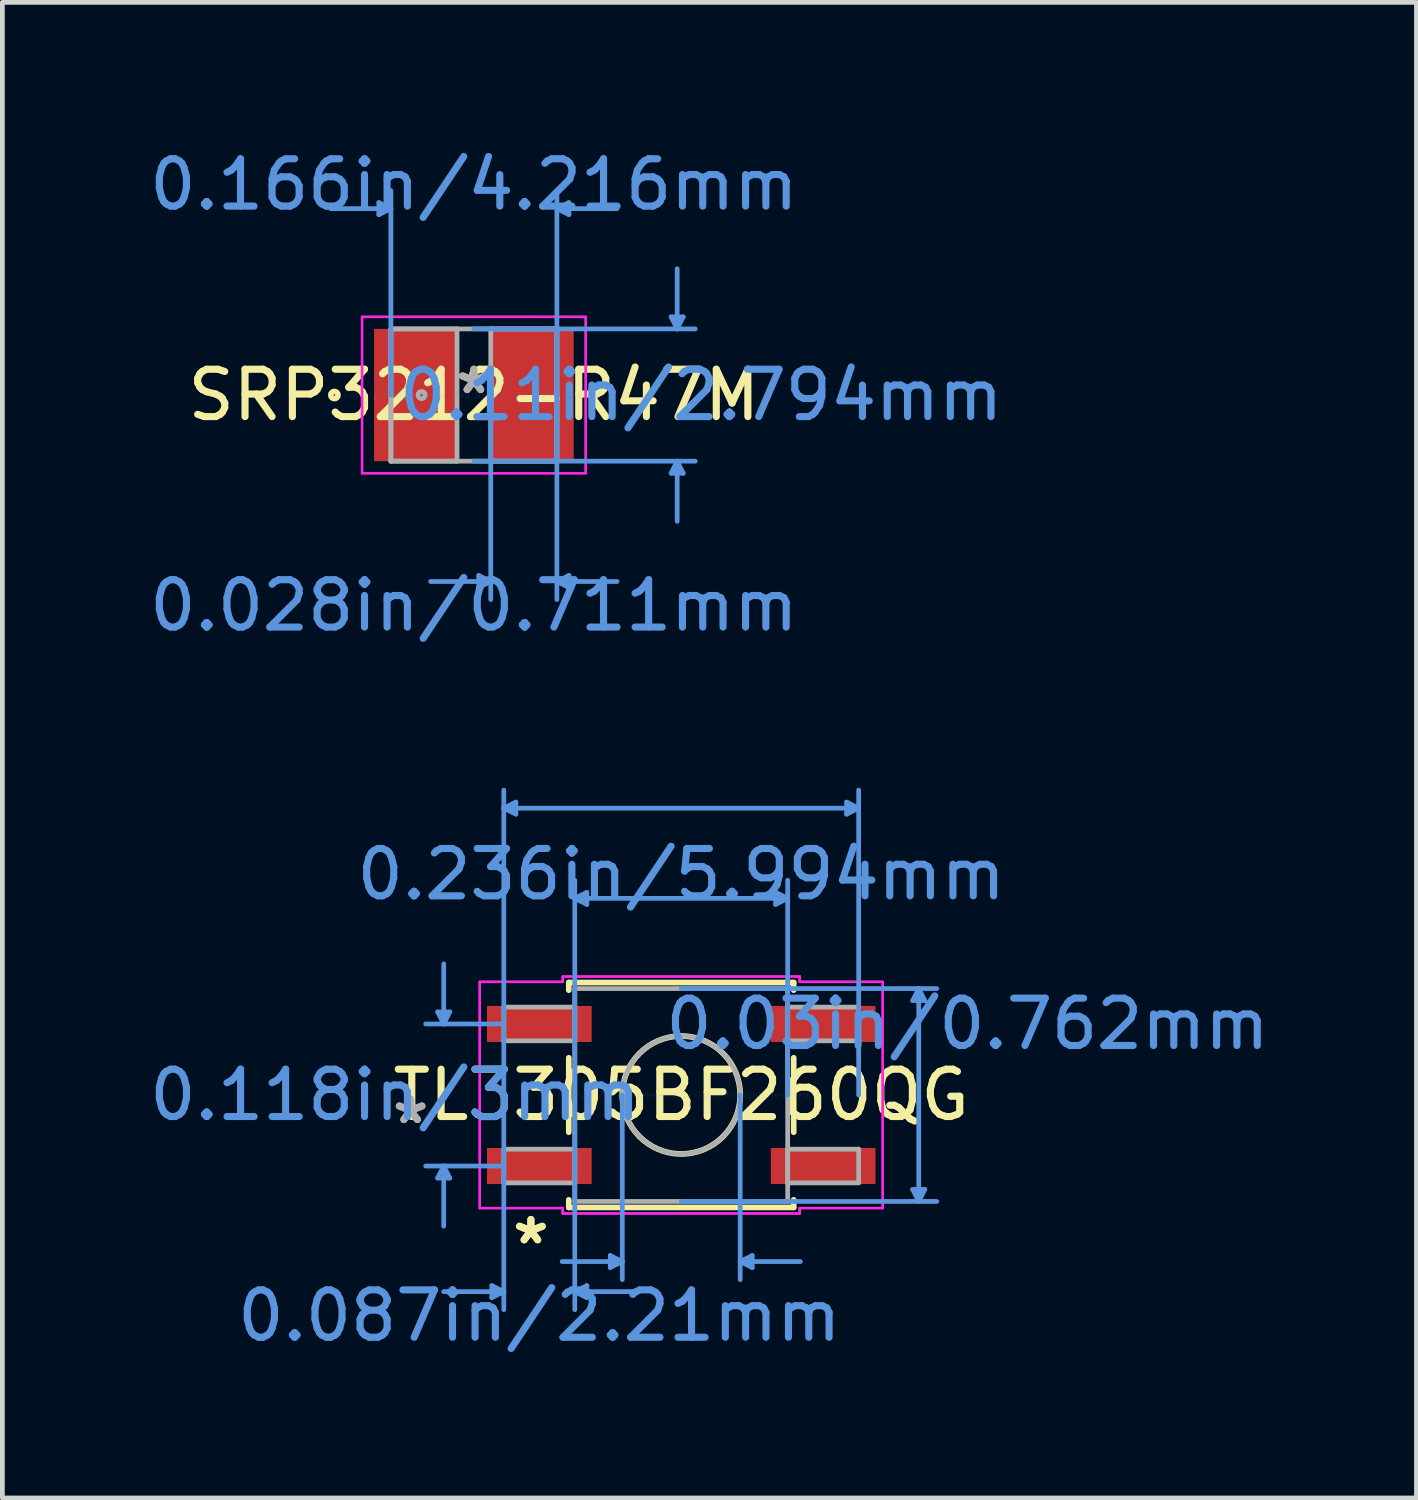
<source format=kicad_pcb>
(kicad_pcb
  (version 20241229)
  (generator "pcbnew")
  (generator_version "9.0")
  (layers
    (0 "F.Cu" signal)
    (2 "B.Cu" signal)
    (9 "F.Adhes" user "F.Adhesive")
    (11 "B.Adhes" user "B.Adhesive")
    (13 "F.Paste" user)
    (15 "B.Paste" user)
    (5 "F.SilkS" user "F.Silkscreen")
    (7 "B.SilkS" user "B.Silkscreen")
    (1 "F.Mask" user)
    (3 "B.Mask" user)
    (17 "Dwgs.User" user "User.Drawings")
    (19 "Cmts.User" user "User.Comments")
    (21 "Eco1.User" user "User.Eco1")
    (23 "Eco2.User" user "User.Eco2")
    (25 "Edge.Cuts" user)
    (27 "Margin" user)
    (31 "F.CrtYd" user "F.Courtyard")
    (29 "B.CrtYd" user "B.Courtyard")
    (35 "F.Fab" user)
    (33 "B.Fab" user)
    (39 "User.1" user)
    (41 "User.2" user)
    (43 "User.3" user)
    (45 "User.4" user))
  (footprint "TL3305BF260QG"
    (layer "F.Cu")
    (at 11.337 20.075)
    (property "Reference" "TL3305BF260QG" (at 0 0 0) (layer "F.SilkS") (effects (font (size 1 1) (thickness 0.15))))
    (attr through_hole)
    (fp_line (start -2.375 -2.375) (end -2.375 -2.214) (stroke (width 0.12) (type solid)) (layer "F.SilkS"))
    (fp_line (start -2.375 -0.786) (end -2.375 0.786) (stroke (width 0.12) (type solid)) (layer "F.SilkS"))
    (fp_line (start -2.375 2.214) (end -2.375 2.375) (stroke (width 0.12) (type solid)) (layer "F.SilkS"))
    (fp_line (start -2.375 2.375) (end 2.375 2.375) (stroke (width 0.12) (type solid)) (layer "F.SilkS"))
    (fp_line (start 2.375 -2.375) (end -2.375 -2.375) (stroke (width 0.12) (type solid)) (layer "F.SilkS"))
    (fp_line (start 2.375 -2.214) (end 2.375 -2.375) (stroke (width 0.12) (type solid)) (layer "F.SilkS"))
    (fp_line (start 2.375 0.786) (end 2.375 -0.786) (stroke (width 0.12) (type solid)) (layer "F.SilkS"))
    (fp_line (start 2.375 2.375) (end 2.375 2.214) (stroke (width 0.12) (type solid)) (layer "F.SilkS"))
    (fp_circle (center 0 0) (end 1.245 0) (stroke (width 0.12) (type solid)) (fill no) (layer "F.SilkS"))
    (fp_line (start -5.144 -1.754) (end -4.889 -1.754) (stroke (width 0.1) (type solid)) (layer "Cmts.User"))
    (fp_line (start -5.144 1.754) (end -4.889 1.754) (stroke (width 0.1) (type solid)) (layer "Cmts.User"))
    (fp_line (start -5.016 -1.5) (end -5.144 -1.754) (stroke (width 0.1) (type solid)) (layer "Cmts.User"))
    (fp_line (start -5.016 -1.5) (end -5.016 -2.77) (stroke (width 0.1) (type solid)) (layer "Cmts.User"))
    (fp_line (start -5.016 -1.5) (end -4.889 -1.754) (stroke (width 0.1) (type solid)) (layer "Cmts.User"))
    (fp_line (start -5.016 1.5) (end -5.144 1.754) (stroke (width 0.1) (type solid)) (layer "Cmts.User"))
    (fp_line (start -5.016 1.5) (end -5.016 2.77) (stroke (width 0.1) (type solid)) (layer "Cmts.User"))
    (fp_line (start -5.016 1.5) (end -4.889 1.754) (stroke (width 0.1) (type solid)) (layer "Cmts.User"))
    (fp_line (start -4 4.026) (end -4 4.28) (stroke (width 0.1) (type solid)) (layer "Cmts.User"))
    (fp_line (start -3.747 -6.058) (end -3.493 -6.185) (stroke (width 0.1) (type solid)) (layer "Cmts.User"))
    (fp_line (start -3.747 -6.058) (end -3.493 -5.931) (stroke (width 0.1) (type solid)) (layer "Cmts.User"))
    (fp_line (start -3.747 -6.058) (end 3.747 -6.058) (stroke (width 0.1) (type solid)) (layer "Cmts.User"))
    (fp_line (start -3.747 -1.5) (end -5.397 -1.5) (stroke (width 0.1) (type solid)) (layer "Cmts.User"))
    (fp_line (start -3.747 0) (end -3.747 -6.439) (stroke (width 0.1) (type solid)) (layer "Cmts.User"))
    (fp_line (start -3.747 0) (end -3.747 4.534) (stroke (width 0.1) (type solid)) (layer "Cmts.User"))
    (fp_line (start -3.747 1.5) (end -5.397 1.5) (stroke (width 0.1) (type solid)) (layer "Cmts.User"))
    (fp_line (start -3.747 4.153) (end -5.016 4.153) (stroke (width 0.1) (type solid)) (layer "Cmts.User"))
    (fp_line (start -3.747 4.153) (end -4 4.026) (stroke (width 0.1) (type solid)) (layer "Cmts.User"))
    (fp_line (start -3.747 4.153) (end -4 4.28) (stroke (width 0.1) (type solid)) (layer "Cmts.User"))
    (fp_line (start -3.493 -6.185) (end -3.493 -5.931) (stroke (width 0.1) (type solid)) (layer "Cmts.User"))
    (fp_line (start -2.248 -4.153) (end -1.994 -4.28) (stroke (width 0.1) (type solid)) (layer "Cmts.User"))
    (fp_line (start -2.248 -4.153) (end -1.994 -4.026) (stroke (width 0.1) (type solid)) (layer "Cmts.User"))
    (fp_line (start -2.248 -4.153) (end 2.248 -4.153) (stroke (width 0.1) (type solid)) (layer "Cmts.User"))
    (fp_line (start -2.248 0) (end -2.248 -4.534) (stroke (width 0.1) (type solid)) (layer "Cmts.User"))
    (fp_line (start -2.248 0) (end -2.248 4.534) (stroke (width 0.1) (type solid)) (layer "Cmts.User"))
    (fp_line (start -2.248 4.153) (end -1.994 4.026) (stroke (width 0.1) (type solid)) (layer "Cmts.User"))
    (fp_line (start -2.248 4.153) (end -1.994 4.28) (stroke (width 0.1) (type solid)) (layer "Cmts.User"))
    (fp_line (start -2.248 4.153) (end -0.978 4.153) (stroke (width 0.1) (type solid)) (layer "Cmts.User"))
    (fp_line (start -1.994 -4.28) (end -1.994 -4.026) (stroke (width 0.1) (type solid)) (layer "Cmts.User"))
    (fp_line (start -1.994 4.026) (end -1.994 4.28) (stroke (width 0.1) (type solid)) (layer "Cmts.User"))
    (fp_line (start -1.499 3.391) (end -1.499 3.645) (stroke (width 0.1) (type solid)) (layer "Cmts.User"))
    (fp_line (start -1.245 0) (end -1.245 3.899) (stroke (width 0.1) (type solid)) (layer "Cmts.User"))
    (fp_line (start -1.245 3.518) (end -2.515 3.518) (stroke (width 0.1) (type solid)) (layer "Cmts.User"))
    (fp_line (start -1.245 3.518) (end -1.499 3.391) (stroke (width 0.1) (type solid)) (layer "Cmts.User"))
    (fp_line (start -1.245 3.518) (end -1.499 3.645) (stroke (width 0.1) (type solid)) (layer "Cmts.User"))
    (fp_line (start 0 -2.248) (end 5.397 -2.248) (stroke (width 0.1) (type solid)) (layer "Cmts.User"))
    (fp_line (start 0 2.248) (end 5.397 2.248) (stroke (width 0.1) (type solid)) (layer "Cmts.User"))
    (fp_line (start 1.245 0) (end 1.245 3.899) (stroke (width 0.1) (type solid)) (layer "Cmts.User"))
    (fp_line (start 1.245 3.518) (end 1.499 3.391) (stroke (width 0.1) (type solid)) (layer "Cmts.User"))
    (fp_line (start 1.245 3.518) (end 1.499 3.645) (stroke (width 0.1) (type solid)) (layer "Cmts.User"))
    (fp_line (start 1.245 3.518) (end 2.515 3.518) (stroke (width 0.1) (type solid)) (layer "Cmts.User"))
    (fp_line (start 1.499 3.391) (end 1.499 3.645) (stroke (width 0.1) (type solid)) (layer "Cmts.User"))
    (fp_line (start 1.994 -4.28) (end 1.994 -4.026) (stroke (width 0.1) (type solid)) (layer "Cmts.User"))
    (fp_line (start 2.248 -4.153) (end 1.994 -4.28) (stroke (width 0.1) (type solid)) (layer "Cmts.User"))
    (fp_line (start 2.248 -4.153) (end 1.994 -4.026) (stroke (width 0.1) (type solid)) (layer "Cmts.User"))
    (fp_line (start 2.248 0) (end 2.248 -4.534) (stroke (width 0.1) (type solid)) (layer "Cmts.User"))
    (fp_line (start 3.493 -6.185) (end 3.493 -5.931) (stroke (width 0.1) (type solid)) (layer "Cmts.User"))
    (fp_line (start 3.747 -6.058) (end 3.493 -6.185) (stroke (width 0.1) (type solid)) (layer "Cmts.User"))
    (fp_line (start 3.747 -6.058) (end 3.493 -5.931) (stroke (width 0.1) (type solid)) (layer "Cmts.User"))
    (fp_line (start 3.747 0) (end 3.747 -6.439) (stroke (width 0.1) (type solid)) (layer "Cmts.User"))
    (fp_line (start 4.889 -1.994) (end 5.144 -1.994) (stroke (width 0.1) (type solid)) (layer "Cmts.User"))
    (fp_line (start 4.889 1.994) (end 5.144 1.994) (stroke (width 0.1) (type solid)) (layer "Cmts.User"))
    (fp_line (start 5.016 -2.248) (end 4.889 -1.994) (stroke (width 0.1) (type solid)) (layer "Cmts.User"))
    (fp_line (start 5.016 -2.248) (end 5.016 2.248) (stroke (width 0.1) (type solid)) (layer "Cmts.User"))
    (fp_line (start 5.016 -2.248) (end 5.144 -1.994) (stroke (width 0.1) (type solid)) (layer "Cmts.User"))
    (fp_line (start 5.016 2.248) (end 4.889 1.994) (stroke (width 0.1) (type solid)) (layer "Cmts.User"))
    (fp_line (start 5.016 2.248) (end 5.144 1.994) (stroke (width 0.1) (type solid)) (layer "Cmts.User"))
    (fp_line (start -4.255 -2.389) (end -2.502 -2.389) (stroke (width 0.05) (type solid)) (layer "F.CrtYd"))
    (fp_line (start -4.255 -2.389) (end -2.502 -2.389) (stroke (width 0.05) (type solid)) (layer "F.CrtYd"))
    (fp_line (start -4.255 2.389) (end -4.255 -2.389) (stroke (width 0.05) (type solid)) (layer "F.CrtYd"))
    (fp_line (start -4.255 2.389) (end -4.255 -2.389) (stroke (width 0.05) (type solid)) (layer "F.CrtYd"))
    (fp_line (start -2.502 -2.502) (end 2.502 -2.502) (stroke (width 0.05) (type solid)) (layer "F.CrtYd"))
    (fp_line (start -2.502 -2.502) (end 2.502 -2.502) (stroke (width 0.05) (type solid)) (layer "F.CrtYd"))
    (fp_line (start -2.502 -2.389) (end -2.502 -2.502) (stroke (width 0.05) (type solid)) (layer "F.CrtYd"))
    (fp_line (start -2.502 -2.389) (end -2.502 -2.502) (stroke (width 0.05) (type solid)) (layer "F.CrtYd"))
    (fp_line (start -2.502 2.389) (end -4.255 2.389) (stroke (width 0.05) (type solid)) (layer "F.CrtYd"))
    (fp_line (start -2.502 2.389) (end -4.255 2.389) (stroke (width 0.05) (type solid)) (layer "F.CrtYd"))
    (fp_line (start -2.502 2.502) (end -2.502 2.389) (stroke (width 0.05) (type solid)) (layer "F.CrtYd"))
    (fp_line (start -2.502 2.502) (end -2.502 2.389) (stroke (width 0.05) (type solid)) (layer "F.CrtYd"))
    (fp_line (start 2.502 -2.502) (end 2.502 -2.389) (stroke (width 0.05) (type solid)) (layer "F.CrtYd"))
    (fp_line (start 2.502 -2.502) (end 2.502 -2.389) (stroke (width 0.05) (type solid)) (layer "F.CrtYd"))
    (fp_line (start 2.502 -2.389) (end 4.255 -2.389) (stroke (width 0.05) (type solid)) (layer "F.CrtYd"))
    (fp_line (start 2.502 -2.389) (end 4.255 -2.389) (stroke (width 0.05) (type solid)) (layer "F.CrtYd"))
    (fp_line (start 2.502 2.389) (end 2.502 2.502) (stroke (width 0.05) (type solid)) (layer "F.CrtYd"))
    (fp_line (start 2.502 2.389) (end 2.502 2.502) (stroke (width 0.05) (type solid)) (layer "F.CrtYd"))
    (fp_line (start 2.502 2.502) (end -2.502 2.502) (stroke (width 0.05) (type solid)) (layer "F.CrtYd"))
    (fp_line (start 2.502 2.502) (end -2.502 2.502) (stroke (width 0.05) (type solid)) (layer "F.CrtYd"))
    (fp_line (start 4.255 -2.389) (end 4.255 2.389) (stroke (width 0.05) (type solid)) (layer "F.CrtYd"))
    (fp_line (start 4.255 -2.389) (end 4.255 2.389) (stroke (width 0.05) (type solid)) (layer "F.CrtYd"))
    (fp_line (start 4.255 2.389) (end 2.502 2.389) (stroke (width 0.05) (type solid)) (layer "F.CrtYd"))
    (fp_line (start 4.255 2.389) (end 2.502 2.389) (stroke (width 0.05) (type solid)) (layer "F.CrtYd"))
    (fp_line (start -3.747 -1.856) (end -3.747 -1.144) (stroke (width 0.1) (type solid)) (layer "F.Fab"))
    (fp_line (start -3.747 -1.144) (end -2.248 -1.144) (stroke (width 0.1) (type solid)) (layer "F.Fab"))
    (fp_line (start -3.747 1.144) (end -3.747 1.856) (stroke (width 0.1) (type solid)) (layer "F.Fab"))
    (fp_line (start -3.747 1.856) (end -2.248 1.856) (stroke (width 0.1) (type solid)) (layer "F.Fab"))
    (fp_line (start -2.248 -2.248) (end -2.248 2.248) (stroke (width 0.1) (type solid)) (layer "F.Fab"))
    (fp_line (start -2.248 -1.856) (end -3.747 -1.856) (stroke (width 0.1) (type solid)) (layer "F.Fab"))
    (fp_line (start -2.248 -1.144) (end -2.248 -1.856) (stroke (width 0.1) (type solid)) (layer "F.Fab"))
    (fp_line (start -2.248 1.144) (end -3.747 1.144) (stroke (width 0.1) (type solid)) (layer "F.Fab"))
    (fp_line (start -2.248 1.856) (end -2.248 1.144) (stroke (width 0.1) (type solid)) (layer "F.Fab"))
    (fp_line (start -2.248 2.248) (end 2.248 2.248) (stroke (width 0.1) (type solid)) (layer "F.Fab"))
    (fp_line (start 2.248 -2.248) (end -2.248 -2.248) (stroke (width 0.1) (type solid)) (layer "F.Fab"))
    (fp_line (start 2.248 -1.856) (end 2.248 -1.144) (stroke (width 0.1) (type solid)) (layer "F.Fab"))
    (fp_line (start 2.248 -1.144) (end 3.747 -1.144) (stroke (width 0.1) (type solid)) (layer "F.Fab"))
    (fp_line (start 2.248 1.144) (end 2.248 1.856) (stroke (width 0.1) (type solid)) (layer "F.Fab"))
    (fp_line (start 2.248 1.856) (end 3.747 1.856) (stroke (width 0.1) (type solid)) (layer "F.Fab"))
    (fp_line (start 2.248 2.248) (end 2.248 -2.248) (stroke (width 0.1) (type solid)) (layer "F.Fab"))
    (fp_line (start 3.747 -1.856) (end 2.248 -1.856) (stroke (width 0.1) (type solid)) (layer "F.Fab"))
    (fp_line (start 3.747 -1.144) (end 3.747 -1.856) (stroke (width 0.1) (type solid)) (layer "F.Fab"))
    (fp_line (start 3.747 1.144) (end 2.248 1.144) (stroke (width 0.1) (type solid)) (layer "F.Fab"))
    (fp_line (start 3.747 1.856) (end 3.747 1.144) (stroke (width 0.1) (type solid)) (layer "F.Fab"))
    (fp_circle (center 0 0) (end 1.245 0) (stroke (width 0.1) (type solid)) (fill no) (layer "F.Fab"))
    (fp_text user "*" (at -3.175 3.175 0) (layer "F.SilkS") (effects (font (size 1 1) (thickness 0.15))))
    (fp_text user "*" (at -3.175 3.175 0) (layer "F.SilkS") (effects (font (size 1 1) (thickness 0.15))))
    (fp_text user "0.118in/3mm" (at -6.045 0 0) (layer "Cmts.User") (effects (font (size 1 1) (thickness 0.15))))
    (fp_text user "0.236in/5.994mm" (at 0 -4.661 0) (layer "Cmts.User") (effects (font (size 1 1) (thickness 0.15))))
    (fp_text user "0.087in/2.21mm" (at -2.997 4.661 0) (layer "Cmts.User") (effects (font (size 1 1) (thickness 0.15))))
    (fp_text user "0.03in/0.762mm" (at 6.045 -1.5 0) (layer "Cmts.User") (effects (font (size 1 1) (thickness 0.15))))
    (fp_text user "Copyright 2021 Accelerated Designs. All rights reserved." (at 0 0 0) (layer "Cmts.User") (effects (font (size 0.127 0.127) (thickness 0.002))))
    (fp_text user "*" (at -5.715 0.635 0) (layer "F.Fab") (effects (font (size 1 1) (thickness 0.15))))
    (fp_text user "*" (at -5.715 0.635 0) (layer "F.Fab") (effects (font (size 1 1) (thickness 0.15))))
    (pad "1" smd rect (at -2.997 1.5) (size 2.21 0.762) (layers "F.Cu" "F.Mask" "F.Paste"))
    (pad "2" smd rect (at 2.997 1.5) (size 2.21 0.762) (layers "F.Cu" "F.Mask" "F.Paste"))
    (pad "3" smd rect (at -2.997 -1.5) (size 2.21 0.762) (layers "F.Cu" "F.Mask" "F.Paste"))
    (pad "4" smd rect (at 2.997 -1.5) (size 2.21 0.762) (layers "F.Cu" "F.Mask" "F.Paste")))
  (footprint "SRP3212-R47M"
    (layer "F.Cu")
    (at 6.958 5.293)
    (property "Reference" "SRP3212-R47M" (at 0 0 0) (layer "F.SilkS") (effects (font (size 1 1) (thickness 0.15))))
    (attr through_hole)
    (fp_circle (center -2.946 0) (end -2.87 0) (stroke (width 0.12) (type solid)) (fill no) (layer "F.SilkS"))
    (fp_line (start -2.007 -4.064) (end -2.007 -3.81) (stroke (width 0.1) (type solid)) (layer "Cmts.User"))
    (fp_line (start -1.753 -3.937) (end -3.023 -3.937) (stroke (width 0.1) (type solid)) (layer "Cmts.User"))
    (fp_line (start -1.753 -3.937) (end -2.007 -4.064) (stroke (width 0.1) (type solid)) (layer "Cmts.User"))
    (fp_line (start -1.753 -3.937) (end -2.007 -3.81) (stroke (width 0.1) (type solid)) (layer "Cmts.User"))
    (fp_line (start -1.753 0) (end -1.753 -4.318) (stroke (width 0.1) (type solid)) (layer "Cmts.User"))
    (fp_line (start 0 -1.397) (end 4.674 -1.397) (stroke (width 0.1) (type solid)) (layer "Cmts.User"))
    (fp_line (start 0 1.397) (end 4.674 1.397) (stroke (width 0.1) (type solid)) (layer "Cmts.User"))
    (fp_line (start 0.102 3.81) (end 0.102 4.064) (stroke (width 0.1) (type solid)) (layer "Cmts.User"))
    (fp_line (start 0.356 0) (end 0.356 4.318) (stroke (width 0.1) (type solid)) (layer "Cmts.User"))
    (fp_line (start 0.356 3.937) (end -0.914 3.937) (stroke (width 0.1) (type solid)) (layer "Cmts.User"))
    (fp_line (start 0.356 3.937) (end 0.102 3.81) (stroke (width 0.1) (type solid)) (layer "Cmts.User"))
    (fp_line (start 0.356 3.937) (end 0.102 4.064) (stroke (width 0.1) (type solid)) (layer "Cmts.User"))
    (fp_line (start 1.753 -3.937) (end 2.007 -4.064) (stroke (width 0.1) (type solid)) (layer "Cmts.User"))
    (fp_line (start 1.753 -3.937) (end 2.007 -3.81) (stroke (width 0.1) (type solid)) (layer "Cmts.User"))
    (fp_line (start 1.753 -3.937) (end 3.023 -3.937) (stroke (width 0.1) (type solid)) (layer "Cmts.User"))
    (fp_line (start 1.753 0) (end 1.753 -4.318) (stroke (width 0.1) (type solid)) (layer "Cmts.User"))
    (fp_line (start 1.753 0) (end 1.753 4.318) (stroke (width 0.1) (type solid)) (layer "Cmts.User"))
    (fp_line (start 1.753 3.937) (end 2.007 3.81) (stroke (width 0.1) (type solid)) (layer "Cmts.User"))
    (fp_line (start 1.753 3.937) (end 2.007 4.064) (stroke (width 0.1) (type solid)) (layer "Cmts.User"))
    (fp_line (start 1.753 3.937) (end 3.023 3.937) (stroke (width 0.1) (type solid)) (layer "Cmts.User"))
    (fp_line (start 2.007 -4.064) (end 2.007 -3.81) (stroke (width 0.1) (type solid)) (layer "Cmts.User"))
    (fp_line (start 2.007 3.81) (end 2.007 4.064) (stroke (width 0.1) (type solid)) (layer "Cmts.User"))
    (fp_line (start 4.166 -1.651) (end 4.42 -1.651) (stroke (width 0.1) (type solid)) (layer "Cmts.User"))
    (fp_line (start 4.166 1.651) (end 4.42 1.651) (stroke (width 0.1) (type solid)) (layer "Cmts.User"))
    (fp_line (start 4.293 -1.397) (end 4.166 -1.651) (stroke (width 0.1) (type solid)) (layer "Cmts.User"))
    (fp_line (start 4.293 -1.397) (end 4.293 -2.667) (stroke (width 0.1) (type solid)) (layer "Cmts.User"))
    (fp_line (start 4.293 -1.397) (end 4.42 -1.651) (stroke (width 0.1) (type solid)) (layer "Cmts.User"))
    (fp_line (start 4.293 1.397) (end 4.166 1.651) (stroke (width 0.1) (type solid)) (layer "Cmts.User"))
    (fp_line (start 4.293 1.397) (end 4.293 2.667) (stroke (width 0.1) (type solid)) (layer "Cmts.User"))
    (fp_line (start 4.293 1.397) (end 4.42 1.651) (stroke (width 0.1) (type solid)) (layer "Cmts.User"))
    (fp_line (start -2.362 -1.651) (end 2.362 -1.651) (stroke (width 0.05) (type solid)) (layer "F.CrtYd"))
    (fp_line (start -2.362 -1.651) (end 2.362 -1.651) (stroke (width 0.05) (type solid)) (layer "F.CrtYd"))
    (fp_line (start -2.362 1.651) (end -2.362 -1.651) (stroke (width 0.05) (type solid)) (layer "F.CrtYd"))
    (fp_line (start -2.362 1.651) (end -2.362 -1.651) (stroke (width 0.05) (type solid)) (layer "F.CrtYd"))
    (fp_line (start 2.362 -1.651) (end 2.362 1.651) (stroke (width 0.05) (type solid)) (layer "F.CrtYd"))
    (fp_line (start 2.362 -1.651) (end 2.362 1.651) (stroke (width 0.05) (type solid)) (layer "F.CrtYd"))
    (fp_line (start 2.362 1.651) (end -2.362 1.651) (stroke (width 0.05) (type solid)) (layer "F.CrtYd"))
    (fp_line (start 2.362 1.651) (end -2.362 1.651) (stroke (width 0.05) (type solid)) (layer "F.CrtYd"))
    (fp_line (start -1.753 -1.397) (end -1.753 1.397) (stroke (width 0.1) (type solid)) (layer "F.Fab"))
    (fp_line (start -1.753 -1.397) (end -1.753 1.397) (stroke (width 0.1) (type solid)) (layer "F.Fab"))
    (fp_line (start -1.753 1.397) (end -0.356 1.397) (stroke (width 0.1) (type solid)) (layer "F.Fab"))
    (fp_line (start -1.753 1.397) (end 1.753 1.397) (stroke (width 0.1) (type solid)) (layer "F.Fab"))
    (fp_line (start -0.356 -1.397) (end -1.753 -1.397) (stroke (width 0.1) (type solid)) (layer "F.Fab"))
    (fp_line (start -0.356 1.397) (end -0.356 -1.397) (stroke (width 0.1) (type solid)) (layer "F.Fab"))
    (fp_line (start 0.356 -1.397) (end 0.356 1.397) (stroke (width 0.1) (type solid)) (layer "F.Fab"))
    (fp_line (start 0.356 1.397) (end 1.753 1.397) (stroke (width 0.1) (type solid)) (layer "F.Fab"))
    (fp_line (start 1.753 -1.397) (end -1.753 -1.397) (stroke (width 0.1) (type solid)) (layer "F.Fab"))
    (fp_line (start 1.753 -1.397) (end 0.356 -1.397) (stroke (width 0.1) (type solid)) (layer "F.Fab"))
    (fp_line (start 1.753 1.397) (end 1.753 -1.397) (stroke (width 0.1) (type solid)) (layer "F.Fab"))
    (fp_line (start 1.753 1.397) (end 1.753 -1.397) (stroke (width 0.1) (type solid)) (layer "F.Fab"))
    (fp_circle (center -1.105 0) (end -1.029 0) (stroke (width 0.1) (type solid)) (fill no) (layer "F.Fab"))
    (fp_text user "*" (at 0 0 0) (layer "F.SilkS") (effects (font (size 1 1) (thickness 0.15))))
    (fp_text user "0.11in/2.794mm" (at 4.801 0 0) (layer "Cmts.User") (effects (font (size 1 1) (thickness 0.15))))
    (fp_text user "Copyright 2021 Accelerated Designs. All rights reserved." (at 0 0 0) (layer "Cmts.User") (effects (font (size 0.127 0.127) (thickness 0.002))))
    (fp_text user "0.166in/4.216mm" (at 0 -4.445 0) (layer "Cmts.User") (effects (font (size 1 1) (thickness 0.15))))
    (fp_text user "0.028in/0.711mm" (at 0 4.445 0) (layer "Cmts.User") (effects (font (size 1 1) (thickness 0.15))))
    (fp_text user "*" (at 0 0 0) (layer "F.Fab") (effects (font (size 1 1) (thickness 0.15))))
    (pad "1" smd rect (at -1.232 0) (size 1.753 2.794) (layers "F.Cu" "F.Mask" "F.Paste"))
    (pad "2" smd rect (at 1.232 0) (size 1.753 2.794) (layers "F.Cu" "F.Mask" "F.Paste")))
  (gr_rect
    (start -3 -3)
    (end 26.864 28.585)
    (stroke (width 0.1) (type default))
    (fill no)
    (layer "Edge.Cuts")))
</source>
